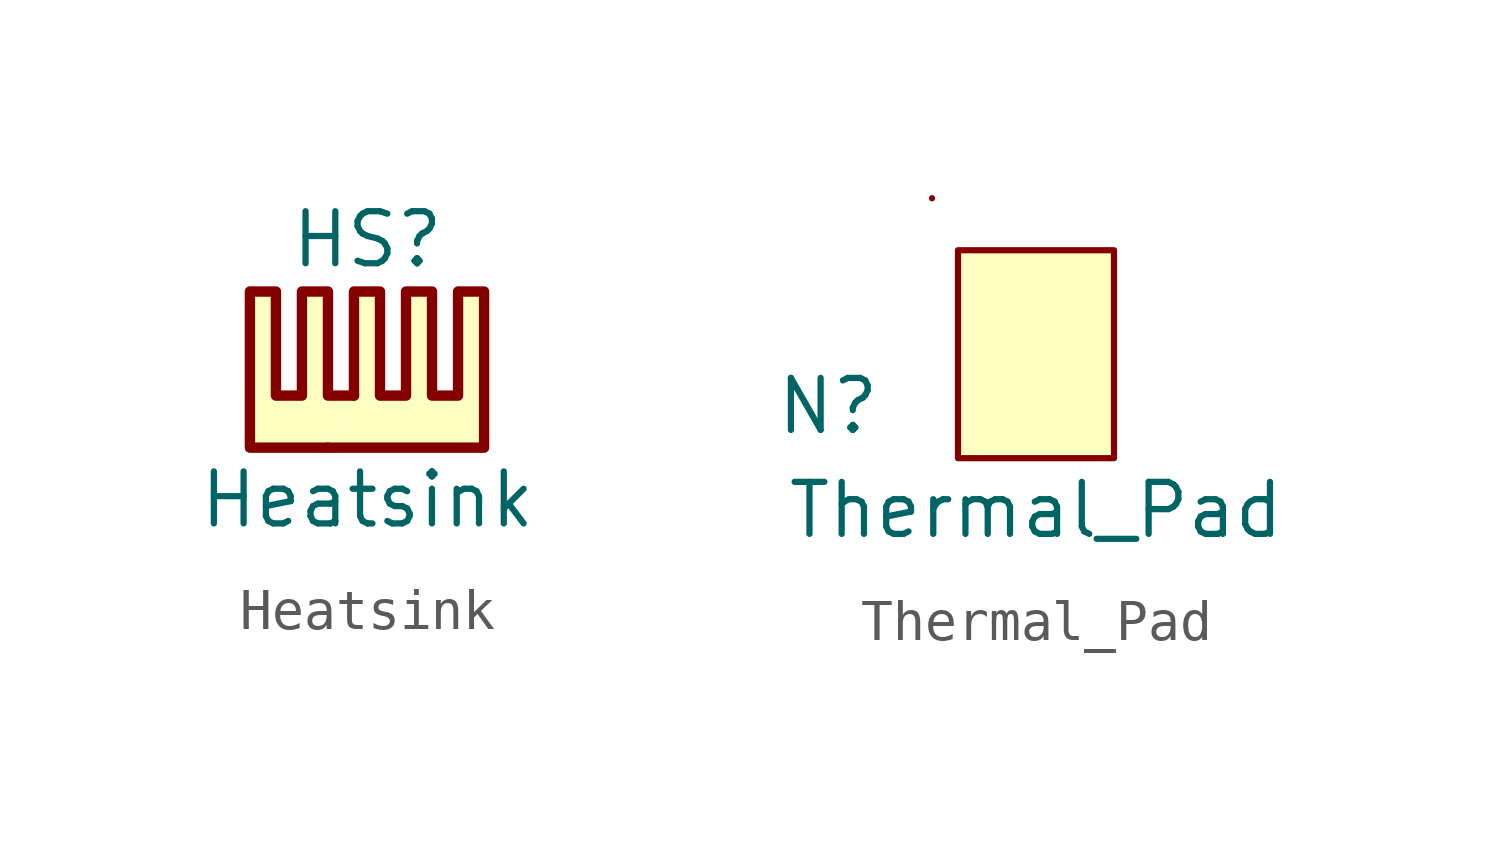
<source format=kicad_sym>
(kicad_symbol_lib
  (version 20231120)
  (generator "kicad_symbol_editor")
  (generator_version "8.0")
  (symbol "Heatsink"
    (pin_names
      (offset 1.016))
    (property "Reference" "HS"
      (at 0 5.08 0)
      (effects (font (size 1.27 1.27))))
    (property "Value" "Heatsink"
      (at 0 -1.27 0)
      (effects (font (size 1.27 1.27))))
    (symbol "Heatsink_0_1"
      (polyline (pts (xy -0.33 1.27) (xy -0.965 1.27) (xy -0.965 3.81) (xy -1.6 3.81) (xy -1.6 1.27) (xy -2.235 1.27) (xy -2.235 3.81) (xy -2.87 3.81) (xy -2.87 0) (xy -0.965 0)) (stroke (width 0.254) (type default)) (fill (type background)))
      (polyline (pts (xy -0.33 1.27) (xy -0.33 3.81) (xy 0.305 3.81) (xy 0.305 1.27) (xy 0.94 1.27) (xy 0.94 3.81) (xy 1.575 3.81) (xy 1.575 1.27) (xy 2.21 1.27) (xy 2.21 3.81) (xy 2.845 3.81) (xy 2.845 0) (xy -0.965 0)) (stroke (width 0.254) (type default)) (fill (type background)))))
  (symbol "Thermal_Pad"
    (property "Reference" "N"
      (at -5.08 -1.27 0)
      (effects (font (size 1.27 1.27))))
    (property "Value" "Thermal_Pad"
      (at 0 -3.81 0)
      (effects (font (size 1.27 1.27))))
    (symbol "Thermal_Pad_0_1"
      (rectangle (start -2.54 3.81) (end -2.54 3.81) (stroke (width 0) (type default)) (fill (type none)))
      (rectangle (start -1.905 2.54) (end 1.905 -2.54) (stroke (width 0) (type default)) (fill (type background))))))
</source>
